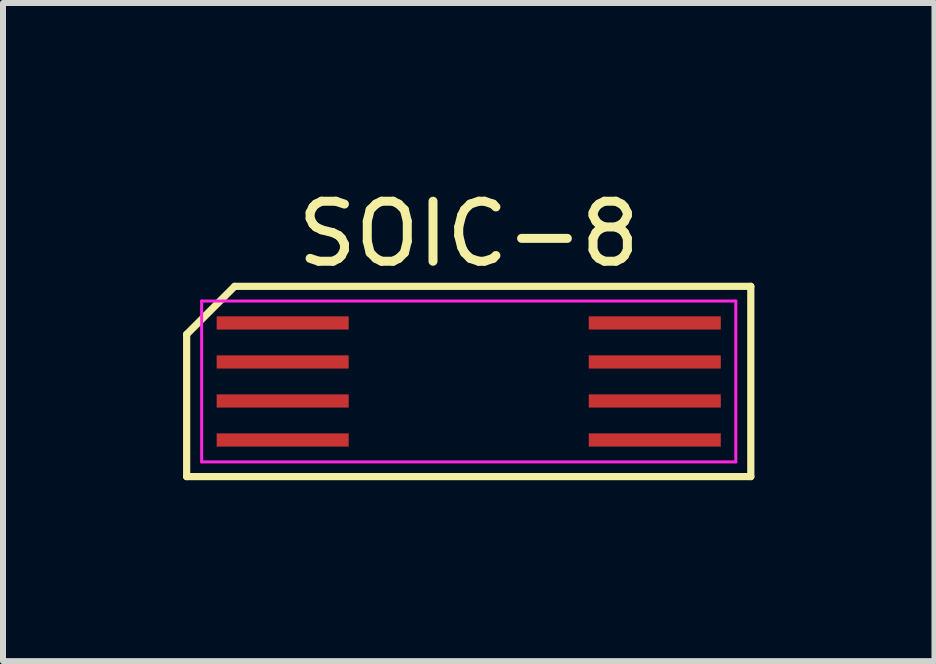
<source format=kicad_pcb>
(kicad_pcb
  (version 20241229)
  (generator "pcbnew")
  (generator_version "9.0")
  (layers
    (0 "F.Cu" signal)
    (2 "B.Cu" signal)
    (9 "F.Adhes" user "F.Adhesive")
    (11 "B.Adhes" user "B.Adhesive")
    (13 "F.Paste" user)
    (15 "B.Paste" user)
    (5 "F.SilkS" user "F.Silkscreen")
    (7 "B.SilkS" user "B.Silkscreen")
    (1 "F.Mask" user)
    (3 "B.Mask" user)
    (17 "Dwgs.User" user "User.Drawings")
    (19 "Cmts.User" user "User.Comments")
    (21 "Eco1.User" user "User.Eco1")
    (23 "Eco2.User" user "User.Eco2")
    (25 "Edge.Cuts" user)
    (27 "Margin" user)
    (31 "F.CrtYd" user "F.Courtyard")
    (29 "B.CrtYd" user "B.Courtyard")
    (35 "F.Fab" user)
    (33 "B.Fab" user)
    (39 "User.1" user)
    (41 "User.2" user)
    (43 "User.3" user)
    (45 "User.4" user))
  (footprint "SOIC-8"
    (layer "F.Cu")
    (at 4.76 3.306)
    (property "Reference" "SOIC-8" (at 0 -2.458 0) (layer "F.SilkS") (effects (font (size 1 1) (thickness 0.15))))
    (attr smd)
    (fp_line (start -4.7 -0.785) (end -3.9 -1.585) (stroke (width 0.12) (type solid)) (layer "F.SilkS"))
    (fp_line (start -4.7 1.585) (end -4.7 -0.785) (stroke (width 0.12) (type solid)) (layer "F.SilkS"))
    (fp_line (start -3.9 -1.585) (end 4.7 -1.585) (stroke (width 0.12) (type solid)) (layer "F.SilkS"))
    (fp_line (start 4.7 -1.585) (end 4.7 1.585) (stroke (width 0.12) (type solid)) (layer "F.SilkS"))
    (fp_line (start 4.7 1.585) (end -4.7 1.585) (stroke (width 0.12) (type solid)) (layer "F.SilkS"))
    (fp_line (start -2 -1.6) (end -2 1.6) (stroke (width 0.12) (type solid)) (layer "Eco1.User"))
    (fp_line (start -2 -1.6) (end 2 -1.6) (stroke (width 0.12) (type solid)) (layer "Eco1.User"))
    (fp_line (start -2 1.6) (end 2 1.6) (stroke (width 0.12) (type solid)) (layer "Eco1.User"))
    (fp_line (start 2 -1.6) (end 2 1.6) (stroke (width 0.12) (type solid)) (layer "Eco1.User"))
    (fp_line (start -4.45 -1.34) (end 4.45 -1.34) (stroke (width 0.05) (type solid)) (layer "F.CrtYd"))
    (fp_line (start -4.45 1.34) (end -4.45 -1.34) (stroke (width 0.05) (type solid)) (layer "F.CrtYd"))
    (fp_line (start 4.45 -1.34) (end 4.45 1.34) (stroke (width 0.05) (type solid)) (layer "F.CrtYd"))
    (fp_line (start 4.45 1.34) (end -4.45 1.34) (stroke (width 0.05) (type solid)) (layer "F.CrtYd"))
    (pad "1" smd rect (at -3.1 -0.975 270) (size 0.22 2.2) (layers "F.Cu" "F.Mask" "F.Paste"))
    (pad "2" smd rect (at -3.1 -0.325 270) (size 0.22 2.2) (layers "F.Cu" "F.Mask" "F.Paste"))
    (pad "3" smd rect (at -3.1 0.325 270) (size 0.22 2.2) (layers "F.Cu" "F.Mask" "F.Paste"))
    (pad "4" smd rect (at -3.1 0.975 270) (size 0.22 2.2) (layers "F.Cu" "F.Mask" "F.Paste"))
    (pad "5" smd rect (at 3.1 0.975 270) (size 0.22 2.2) (layers "F.Cu" "F.Mask" "F.Paste"))
    (pad "6" smd rect (at 3.1 0.325 270) (size 0.22 2.2) (layers "F.Cu" "F.Mask" "F.Paste"))
    (pad "7" smd rect (at 3.1 -0.325 270) (size 0.22 2.2) (layers "F.Cu" "F.Mask" "F.Paste"))
    (pad "8" smd rect (at 3.1 -0.975 270) (size 0.22 2.2) (layers "F.Cu" "F.Mask" "F.Paste")))
  (gr_rect
    (start -3 -3)
    (end 12.52 7.966)
    (stroke (width 0.1) (type default))
    (fill no)
    (layer "Edge.Cuts")))
</source>
